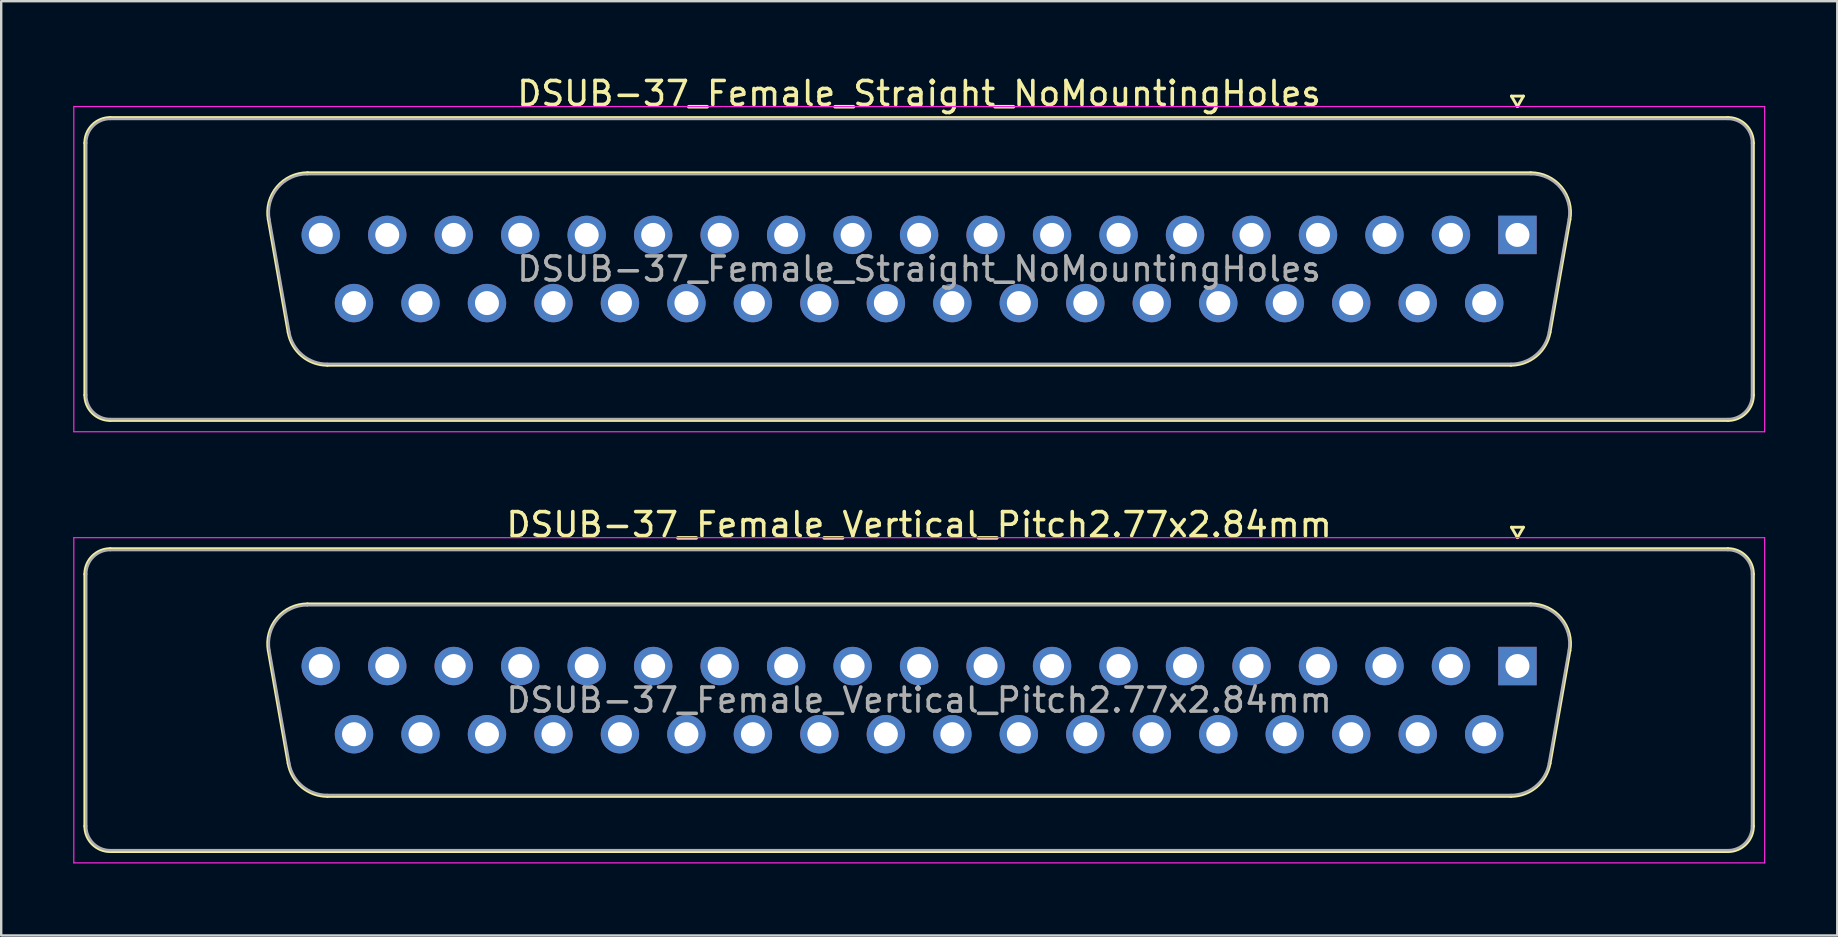
<source format=kicad_pcb>
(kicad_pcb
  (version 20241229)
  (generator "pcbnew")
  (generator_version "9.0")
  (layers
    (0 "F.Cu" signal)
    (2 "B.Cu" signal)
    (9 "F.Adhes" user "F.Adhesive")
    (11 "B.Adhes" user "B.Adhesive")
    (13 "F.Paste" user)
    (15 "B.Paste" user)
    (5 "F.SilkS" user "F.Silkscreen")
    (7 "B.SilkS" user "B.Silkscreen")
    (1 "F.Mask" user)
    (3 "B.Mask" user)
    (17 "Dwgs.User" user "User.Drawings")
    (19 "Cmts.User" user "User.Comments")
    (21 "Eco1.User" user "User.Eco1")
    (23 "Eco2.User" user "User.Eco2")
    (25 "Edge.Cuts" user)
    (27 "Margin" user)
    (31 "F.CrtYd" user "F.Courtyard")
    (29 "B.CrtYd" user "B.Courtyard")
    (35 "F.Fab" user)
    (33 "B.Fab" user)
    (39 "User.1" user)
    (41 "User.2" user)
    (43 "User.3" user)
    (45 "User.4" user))
  (footprint "DSUB-37_Female_Vertical_Pitch2.77x2.84mm"
    (layer "F.Cu")
    (at 60.175 24.701)
    (property "Reference" "DSUB-37_Female_Vertical_Pitch2.77x2.84mm" (at -24.93 -5.89 0) (layer "F.SilkS") (effects (font (size 1 1) (thickness 0.15))))
    (attr through_hole)
    (fp_line (start -59.69 6.67) (end -59.69 -3.83) (stroke (width 0.12) (type solid)) (layer "F.SilkS"))
    (fp_line (start -58.63 -4.89) (end 8.77 -4.89) (stroke (width 0.12) (type solid)) (layer "F.SilkS"))
    (fp_line (start -52.046 -0.642) (end -51.218 4.058) (stroke (width 0.12) (type solid)) (layer "F.SilkS"))
    (fp_line (start -50.412 -2.59) (end 0.552 -2.59) (stroke (width 0.12) (type solid)) (layer "F.SilkS"))
    (fp_line (start -49.583 5.43) (end -0.277 5.43) (stroke (width 0.12) (type solid)) (layer "F.SilkS"))
    (fp_line (start -0.25 -5.784) (end 0.25 -5.784) (stroke (width 0.12) (type solid)) (layer "F.SilkS"))
    (fp_line (start 0 -5.351) (end -0.25 -5.784) (stroke (width 0.12) (type solid)) (layer "F.SilkS"))
    (fp_line (start 0.25 -5.784) (end 0 -5.351) (stroke (width 0.12) (type solid)) (layer "F.SilkS"))
    (fp_line (start 2.186 -0.642) (end 1.358 4.058) (stroke (width 0.12) (type solid)) (layer "F.SilkS"))
    (fp_line (start 8.77 7.73) (end -58.63 7.73) (stroke (width 0.12) (type solid)) (layer "F.SilkS"))
    (fp_line (start 9.83 -3.83) (end 9.83 6.67) (stroke (width 0.12) (type solid)) (layer "F.SilkS"))
    (fp_arc (start -59.69 -3.83) (mid -59.379533 -4.579533) (end -58.63 -4.89) (stroke (width 0.12) (type solid)) (layer "F.SilkS"))
    (fp_arc (start -58.63 7.73) (mid -59.379533 7.419533) (end -59.69 6.67) (stroke (width 0.12) (type solid)) (layer "F.SilkS"))
    (fp_arc (start -52.04647 -0.641744) (mid -51.683323 -1.997028) (end -50.411689 -2.59) (stroke (width 0.12) (type solid)) (layer "F.SilkS"))
    (fp_arc (start -49.582952 5.43) (mid -50.649979 5.041634) (end -51.217733 4.058256) (stroke (width 0.12) (type solid)) (layer "F.SilkS"))
    (fp_arc (start 0.551689 -2.59) (mid 1.823323 -1.997027) (end 2.18647 -0.641744) (stroke (width 0.12) (type solid)) (layer "F.SilkS"))
    (fp_arc (start 1.357733 4.058256) (mid 0.78998 5.041634) (end -0.277048 5.43) (stroke (width 0.12) (type solid)) (layer "F.SilkS"))
    (fp_arc (start 8.77 -4.89) (mid 9.519533 -4.579533) (end 9.83 -3.83) (stroke (width 0.12) (type solid)) (layer "F.SilkS"))
    (fp_arc (start 9.83 6.67) (mid 9.519533 7.419533) (end 8.77 7.73) (stroke (width 0.12) (type solid)) (layer "F.SilkS"))
    (fp_line (start -60.15 -5.35) (end -60.15 8.2) (stroke (width 0.05) (type solid)) (layer "F.CrtYd"))
    (fp_line (start -60.15 8.2) (end 10.3 8.2) (stroke (width 0.05) (type solid)) (layer "F.CrtYd"))
    (fp_line (start 10.3 -5.35) (end -60.15 -5.35) (stroke (width 0.05) (type solid)) (layer "F.CrtYd"))
    (fp_line (start 10.3 8.2) (end 10.3 -5.35) (stroke (width 0.05) (type solid)) (layer "F.CrtYd"))
    (fp_line (start -59.63 6.67) (end -59.63 -3.83) (stroke (width 0.1) (type solid)) (layer "F.Fab"))
    (fp_line (start -58.63 -4.83) (end 8.77 -4.83) (stroke (width 0.1) (type solid)) (layer "F.Fab"))
    (fp_line (start -51.999 -0.652) (end -51.17 4.048) (stroke (width 0.1) (type solid)) (layer "F.Fab"))
    (fp_line (start -50.423 -2.53) (end 0.563 -2.53) (stroke (width 0.1) (type solid)) (layer "F.Fab"))
    (fp_line (start -49.594 5.37) (end -0.266 5.37) (stroke (width 0.1) (type solid)) (layer "F.Fab"))
    (fp_line (start 2.139 -0.652) (end 1.31 4.048) (stroke (width 0.1) (type solid)) (layer "F.Fab"))
    (fp_line (start 8.77 7.67) (end -58.63 7.67) (stroke (width 0.1) (type solid)) (layer "F.Fab"))
    (fp_line (start 9.77 -3.83) (end 9.77 6.67) (stroke (width 0.1) (type solid)) (layer "F.Fab"))
    (fp_arc (start -59.63 -3.83) (mid -59.337107 -4.537107) (end -58.63 -4.83) (stroke (width 0.1) (type solid)) (layer "F.Fab"))
    (fp_arc (start -58.63 7.67) (mid -59.337107 7.377107) (end -59.63 6.67) (stroke (width 0.1) (type solid)) (layer "F.Fab"))
    (fp_arc (start -51.998886 -0.652163) (mid -51.648865 -1.95846) (end -50.423194 -2.53) (stroke (width 0.1) (type solid)) (layer "F.Fab"))
    (fp_arc (start -49.594457 5.37) (mid -50.622917 4.995671) (end -51.170149 4.047837) (stroke (width 0.1) (type solid)) (layer "F.Fab"))
    (fp_arc (start 0.563194 -2.53) (mid 1.788865 -1.95846) (end 2.138886 -0.652163) (stroke (width 0.1) (type solid)) (layer "F.Fab"))
    (fp_arc (start 1.310149 4.047837) (mid 0.762917 4.995671) (end -0.265543 5.37) (stroke (width 0.1) (type solid)) (layer "F.Fab"))
    (fp_arc (start 8.77 -4.83) (mid 9.477107 -4.537107) (end 9.77 -3.83) (stroke (width 0.1) (type solid)) (layer "F.Fab"))
    (fp_arc (start 9.77 6.67) (mid 9.477107 7.377107) (end 8.77 7.67) (stroke (width 0.1) (type solid)) (layer "F.Fab"))
    (fp_text user "${REFERENCE}" (at -24.93 1.42 0) (layer "F.Fab") (effects (font (size 1 1) (thickness 0.15))))
    (pad "1" thru_hole rect (at 0 0) (size 1.6 1.6) (drill 1) (layers "*.Cu" "*.Mask"))
    (pad "2" thru_hole circle (at -2.77 0) (size 1.6 1.6) (drill 1) (layers "*.Cu" "*.Mask"))
    (pad "3" thru_hole circle (at -5.54 0) (size 1.6 1.6) (drill 1) (layers "*.Cu" "*.Mask"))
    (pad "4" thru_hole circle (at -8.31 0) (size 1.6 1.6) (drill 1) (layers "*.Cu" "*.Mask"))
    (pad "5" thru_hole circle (at -11.08 0) (size 1.6 1.6) (drill 1) (layers "*.Cu" "*.Mask"))
    (pad "6" thru_hole circle (at -13.85 0) (size 1.6 1.6) (drill 1) (layers "*.Cu" "*.Mask"))
    (pad "7" thru_hole circle (at -16.62 0) (size 1.6 1.6) (drill 1) (layers "*.Cu" "*.Mask"))
    (pad "8" thru_hole circle (at -19.39 0) (size 1.6 1.6) (drill 1) (layers "*.Cu" "*.Mask"))
    (pad "9" thru_hole circle (at -22.16 0) (size 1.6 1.6) (drill 1) (layers "*.Cu" "*.Mask"))
    (pad "10" thru_hole circle (at -24.93 0) (size 1.6 1.6) (drill 1) (layers "*.Cu" "*.Mask"))
    (pad "11" thru_hole circle (at -27.7 0) (size 1.6 1.6) (drill 1) (layers "*.Cu" "*.Mask"))
    (pad "12" thru_hole circle (at -30.47 0) (size 1.6 1.6) (drill 1) (layers "*.Cu" "*.Mask"))
    (pad "13" thru_hole circle (at -33.24 0) (size 1.6 1.6) (drill 1) (layers "*.Cu" "*.Mask"))
    (pad "14" thru_hole circle (at -36.01 0) (size 1.6 1.6) (drill 1) (layers "*.Cu" "*.Mask"))
    (pad "15" thru_hole circle (at -38.78 0) (size 1.6 1.6) (drill 1) (layers "*.Cu" "*.Mask"))
    (pad "16" thru_hole circle (at -41.55 0) (size 1.6 1.6) (drill 1) (layers "*.Cu" "*.Mask"))
    (pad "17" thru_hole circle (at -44.32 0) (size 1.6 1.6) (drill 1) (layers "*.Cu" "*.Mask"))
    (pad "18" thru_hole circle (at -47.09 0) (size 1.6 1.6) (drill 1) (layers "*.Cu" "*.Mask"))
    (pad "19" thru_hole circle (at -49.86 0) (size 1.6 1.6) (drill 1) (layers "*.Cu" "*.Mask"))
    (pad "20" thru_hole circle (at -1.385 2.84) (size 1.6 1.6) (drill 1) (layers "*.Cu" "*.Mask"))
    (pad "21" thru_hole circle (at -4.155 2.84) (size 1.6 1.6) (drill 1) (layers "*.Cu" "*.Mask"))
    (pad "22" thru_hole circle (at -6.925 2.84) (size 1.6 1.6) (drill 1) (layers "*.Cu" "*.Mask"))
    (pad "23" thru_hole circle (at -9.695 2.84) (size 1.6 1.6) (drill 1) (layers "*.Cu" "*.Mask"))
    (pad "24" thru_hole circle (at -12.465 2.84) (size 1.6 1.6) (drill 1) (layers "*.Cu" "*.Mask"))
    (pad "25" thru_hole circle (at -15.235 2.84) (size 1.6 1.6) (drill 1) (layers "*.Cu" "*.Mask"))
    (pad "26" thru_hole circle (at -18.005 2.84) (size 1.6 1.6) (drill 1) (layers "*.Cu" "*.Mask"))
    (pad "27" thru_hole circle (at -20.775 2.84) (size 1.6 1.6) (drill 1) (layers "*.Cu" "*.Mask"))
    (pad "28" thru_hole circle (at -23.545 2.84) (size 1.6 1.6) (drill 1) (layers "*.Cu" "*.Mask"))
    (pad "29" thru_hole circle (at -26.315 2.84) (size 1.6 1.6) (drill 1) (layers "*.Cu" "*.Mask"))
    (pad "30" thru_hole circle (at -29.085 2.84) (size 1.6 1.6) (drill 1) (layers "*.Cu" "*.Mask"))
    (pad "31" thru_hole circle (at -31.855 2.84) (size 1.6 1.6) (drill 1) (layers "*.Cu" "*.Mask"))
    (pad "32" thru_hole circle (at -34.625 2.84) (size 1.6 1.6) (drill 1) (layers "*.Cu" "*.Mask"))
    (pad "33" thru_hole circle (at -37.395 2.84) (size 1.6 1.6) (drill 1) (layers "*.Cu" "*.Mask"))
    (pad "34" thru_hole circle (at -40.165 2.84) (size 1.6 1.6) (drill 1) (layers "*.Cu" "*.Mask"))
    (pad "35" thru_hole circle (at -42.935 2.84) (size 1.6 1.6) (drill 1) (layers "*.Cu" "*.Mask"))
    (pad "36" thru_hole circle (at -45.705 2.84) (size 1.6 1.6) (drill 1) (layers "*.Cu" "*.Mask"))
    (pad "37" thru_hole circle (at -48.475 2.84) (size 1.6 1.6) (drill 1) (layers "*.Cu" "*.Mask")))
  (footprint "DSUB-37_Female_Straight_NoMountingHoles"
    (layer "F.Cu")
    (at 60.175 6.738)
    (property "Reference" "DSUB-37_Female_Straight_NoMountingHoles" (at -24.93 -5.89 0) (layer "F.SilkS") (effects (font (size 1 1) (thickness 0.15))))
    (attr through_hole)
    (fp_line (start -59.69 6.67) (end -59.69 -3.83) (stroke (width 0.12) (type solid)) (layer "F.SilkS"))
    (fp_line (start -58.63 -4.89) (end 8.77 -4.89) (stroke (width 0.12) (type solid)) (layer "F.SilkS"))
    (fp_line (start -52.046 -0.642) (end -51.218 4.058) (stroke (width 0.12) (type solid)) (layer "F.SilkS"))
    (fp_line (start -50.412 -2.59) (end 0.552 -2.59) (stroke (width 0.12) (type solid)) (layer "F.SilkS"))
    (fp_line (start -49.583 5.43) (end -0.277 5.43) (stroke (width 0.12) (type solid)) (layer "F.SilkS"))
    (fp_line (start -0.25 -5.784) (end 0.25 -5.784) (stroke (width 0.12) (type solid)) (layer "F.SilkS"))
    (fp_line (start 0 -5.351) (end -0.25 -5.784) (stroke (width 0.12) (type solid)) (layer "F.SilkS"))
    (fp_line (start 0.25 -5.784) (end 0 -5.351) (stroke (width 0.12) (type solid)) (layer "F.SilkS"))
    (fp_line (start 2.186 -0.642) (end 1.358 4.058) (stroke (width 0.12) (type solid)) (layer "F.SilkS"))
    (fp_line (start 8.77 7.73) (end -58.63 7.73) (stroke (width 0.12) (type solid)) (layer "F.SilkS"))
    (fp_line (start 9.83 -3.83) (end 9.83 6.67) (stroke (width 0.12) (type solid)) (layer "F.SilkS"))
    (fp_arc (start -59.69 -3.83) (mid -59.379533 -4.579533) (end -58.63 -4.89) (stroke (width 0.12) (type solid)) (layer "F.SilkS"))
    (fp_arc (start -58.63 7.73) (mid -59.379533 7.419533) (end -59.69 6.67) (stroke (width 0.12) (type solid)) (layer "F.SilkS"))
    (fp_arc (start -52.04647 -0.641744) (mid -51.683323 -1.997028) (end -50.411689 -2.59) (stroke (width 0.12) (type solid)) (layer "F.SilkS"))
    (fp_arc (start -49.582952 5.43) (mid -50.649979 5.041634) (end -51.217733 4.058256) (stroke (width 0.12) (type solid)) (layer "F.SilkS"))
    (fp_arc (start 0.551689 -2.59) (mid 1.823323 -1.997027) (end 2.18647 -0.641744) (stroke (width 0.12) (type solid)) (layer "F.SilkS"))
    (fp_arc (start 1.357733 4.058256) (mid 0.78998 5.041634) (end -0.277048 5.43) (stroke (width 0.12) (type solid)) (layer "F.SilkS"))
    (fp_arc (start 8.77 -4.89) (mid 9.519533 -4.579533) (end 9.83 -3.83) (stroke (width 0.12) (type solid)) (layer "F.SilkS"))
    (fp_arc (start 9.83 6.67) (mid 9.519533 7.419533) (end 8.77 7.73) (stroke (width 0.12) (type solid)) (layer "F.SilkS"))
    (fp_line (start -60.15 -5.35) (end -60.15 8.2) (stroke (width 0.05) (type solid)) (layer "F.CrtYd"))
    (fp_line (start -60.15 8.2) (end 10.3 8.2) (stroke (width 0.05) (type solid)) (layer "F.CrtYd"))
    (fp_line (start 10.3 -5.35) (end -60.15 -5.35) (stroke (width 0.05) (type solid)) (layer "F.CrtYd"))
    (fp_line (start 10.3 8.2) (end 10.3 -5.35) (stroke (width 0.05) (type solid)) (layer "F.CrtYd"))
    (fp_line (start -59.63 6.67) (end -59.63 -3.83) (stroke (width 0.1) (type solid)) (layer "F.Fab"))
    (fp_line (start -58.63 -4.83) (end 8.77 -4.83) (stroke (width 0.1) (type solid)) (layer "F.Fab"))
    (fp_line (start -51.999 -0.652) (end -51.17 4.048) (stroke (width 0.1) (type solid)) (layer "F.Fab"))
    (fp_line (start -50.423 -2.53) (end 0.563 -2.53) (stroke (width 0.1) (type solid)) (layer "F.Fab"))
    (fp_line (start -49.594 5.37) (end -0.266 5.37) (stroke (width 0.1) (type solid)) (layer "F.Fab"))
    (fp_line (start 2.139 -0.652) (end 1.31 4.048) (stroke (width 0.1) (type solid)) (layer "F.Fab"))
    (fp_line (start 8.77 7.67) (end -58.63 7.67) (stroke (width 0.1) (type solid)) (layer "F.Fab"))
    (fp_line (start 9.77 -3.83) (end 9.77 6.67) (stroke (width 0.1) (type solid)) (layer "F.Fab"))
    (fp_arc (start -59.63 -3.83) (mid -59.337107 -4.537107) (end -58.63 -4.83) (stroke (width 0.1) (type solid)) (layer "F.Fab"))
    (fp_arc (start -58.63 7.67) (mid -59.337107 7.377107) (end -59.63 6.67) (stroke (width 0.1) (type solid)) (layer "F.Fab"))
    (fp_arc (start -51.998886 -0.652163) (mid -51.648865 -1.95846) (end -50.423194 -2.53) (stroke (width 0.1) (type solid)) (layer "F.Fab"))
    (fp_arc (start -49.594457 5.37) (mid -50.622917 4.995671) (end -51.170149 4.047837) (stroke (width 0.1) (type solid)) (layer "F.Fab"))
    (fp_arc (start 0.563194 -2.53) (mid 1.788865 -1.95846) (end 2.138886 -0.652163) (stroke (width 0.1) (type solid)) (layer "F.Fab"))
    (fp_arc (start 1.310149 4.047837) (mid 0.762917 4.995671) (end -0.265543 5.37) (stroke (width 0.1) (type solid)) (layer "F.Fab"))
    (fp_arc (start 8.77 -4.83) (mid 9.477107 -4.537107) (end 9.77 -3.83) (stroke (width 0.1) (type solid)) (layer "F.Fab"))
    (fp_arc (start 9.77 6.67) (mid 9.477107 7.377107) (end 8.77 7.67) (stroke (width 0.1) (type solid)) (layer "F.Fab"))
    (fp_text user "${REFERENCE}" (at -24.93 1.42 0) (layer "F.Fab") (effects (font (size 1 1) (thickness 0.15))))
    (pad "1" thru_hole rect (at 0 0) (size 1.6 1.6) (drill 1) (layers "*.Cu" "*.Mask"))
    (pad "2" thru_hole circle (at -2.77 0) (size 1.6 1.6) (drill 1) (layers "*.Cu" "*.Mask"))
    (pad "3" thru_hole circle (at -5.54 0) (size 1.6 1.6) (drill 1) (layers "*.Cu" "*.Mask"))
    (pad "4" thru_hole circle (at -8.31 0) (size 1.6 1.6) (drill 1) (layers "*.Cu" "*.Mask"))
    (pad "5" thru_hole circle (at -11.08 0) (size 1.6 1.6) (drill 1) (layers "*.Cu" "*.Mask"))
    (pad "6" thru_hole circle (at -13.85 0) (size 1.6 1.6) (drill 1) (layers "*.Cu" "*.Mask"))
    (pad "7" thru_hole circle (at -16.62 0) (size 1.6 1.6) (drill 1) (layers "*.Cu" "*.Mask"))
    (pad "8" thru_hole circle (at -19.39 0) (size 1.6 1.6) (drill 1) (layers "*.Cu" "*.Mask"))
    (pad "9" thru_hole circle (at -22.16 0) (size 1.6 1.6) (drill 1) (layers "*.Cu" "*.Mask"))
    (pad "10" thru_hole circle (at -24.93 0) (size 1.6 1.6) (drill 1) (layers "*.Cu" "*.Mask"))
    (pad "11" thru_hole circle (at -27.7 0) (size 1.6 1.6) (drill 1) (layers "*.Cu" "*.Mask"))
    (pad "12" thru_hole circle (at -30.47 0) (size 1.6 1.6) (drill 1) (layers "*.Cu" "*.Mask"))
    (pad "13" thru_hole circle (at -33.24 0) (size 1.6 1.6) (drill 1) (layers "*.Cu" "*.Mask"))
    (pad "14" thru_hole circle (at -36.01 0) (size 1.6 1.6) (drill 1) (layers "*.Cu" "*.Mask"))
    (pad "15" thru_hole circle (at -38.78 0) (size 1.6 1.6) (drill 1) (layers "*.Cu" "*.Mask"))
    (pad "16" thru_hole circle (at -41.55 0) (size 1.6 1.6) (drill 1) (layers "*.Cu" "*.Mask"))
    (pad "17" thru_hole circle (at -44.32 0) (size 1.6 1.6) (drill 1) (layers "*.Cu" "*.Mask"))
    (pad "18" thru_hole circle (at -47.09 0) (size 1.6 1.6) (drill 1) (layers "*.Cu" "*.Mask"))
    (pad "19" thru_hole circle (at -49.86 0) (size 1.6 1.6) (drill 1) (layers "*.Cu" "*.Mask"))
    (pad "20" thru_hole circle (at -1.385 2.84) (size 1.6 1.6) (drill 1) (layers "*.Cu" "*.Mask"))
    (pad "21" thru_hole circle (at -4.155 2.84) (size 1.6 1.6) (drill 1) (layers "*.Cu" "*.Mask"))
    (pad "22" thru_hole circle (at -6.925 2.84) (size 1.6 1.6) (drill 1) (layers "*.Cu" "*.Mask"))
    (pad "23" thru_hole circle (at -9.695 2.84) (size 1.6 1.6) (drill 1) (layers "*.Cu" "*.Mask"))
    (pad "24" thru_hole circle (at -12.465 2.84) (size 1.6 1.6) (drill 1) (layers "*.Cu" "*.Mask"))
    (pad "25" thru_hole circle (at -15.235 2.84) (size 1.6 1.6) (drill 1) (layers "*.Cu" "*.Mask"))
    (pad "26" thru_hole circle (at -18.005 2.84) (size 1.6 1.6) (drill 1) (layers "*.Cu" "*.Mask"))
    (pad "27" thru_hole circle (at -20.775 2.84) (size 1.6 1.6) (drill 1) (layers "*.Cu" "*.Mask"))
    (pad "28" thru_hole circle (at -23.545 2.84) (size 1.6 1.6) (drill 1) (layers "*.Cu" "*.Mask"))
    (pad "29" thru_hole circle (at -26.315 2.84) (size 1.6 1.6) (drill 1) (layers "*.Cu" "*.Mask"))
    (pad "30" thru_hole circle (at -29.085 2.84) (size 1.6 1.6) (drill 1) (layers "*.Cu" "*.Mask"))
    (pad "31" thru_hole circle (at -31.855 2.84) (size 1.6 1.6) (drill 1) (layers "*.Cu" "*.Mask"))
    (pad "32" thru_hole circle (at -34.625 2.84) (size 1.6 1.6) (drill 1) (layers "*.Cu" "*.Mask"))
    (pad "33" thru_hole circle (at -37.395 2.84) (size 1.6 1.6) (drill 1) (layers "*.Cu" "*.Mask"))
    (pad "34" thru_hole circle (at -40.165 2.84) (size 1.6 1.6) (drill 1) (layers "*.Cu" "*.Mask"))
    (pad "35" thru_hole circle (at -42.935 2.84) (size 1.6 1.6) (drill 1) (layers "*.Cu" "*.Mask"))
    (pad "36" thru_hole circle (at -45.705 2.84) (size 1.6 1.6) (drill 1) (layers "*.Cu" "*.Mask"))
    (pad "37" thru_hole circle (at -48.475 2.84) (size 1.6 1.6) (drill 1) (layers "*.Cu" "*.Mask")))
  (gr_rect
    (start -3 -3)
    (end 73.5 35.926)
    (stroke (width 0.1) (type default))
    (fill no)
    (layer "Edge.Cuts")))
</source>
